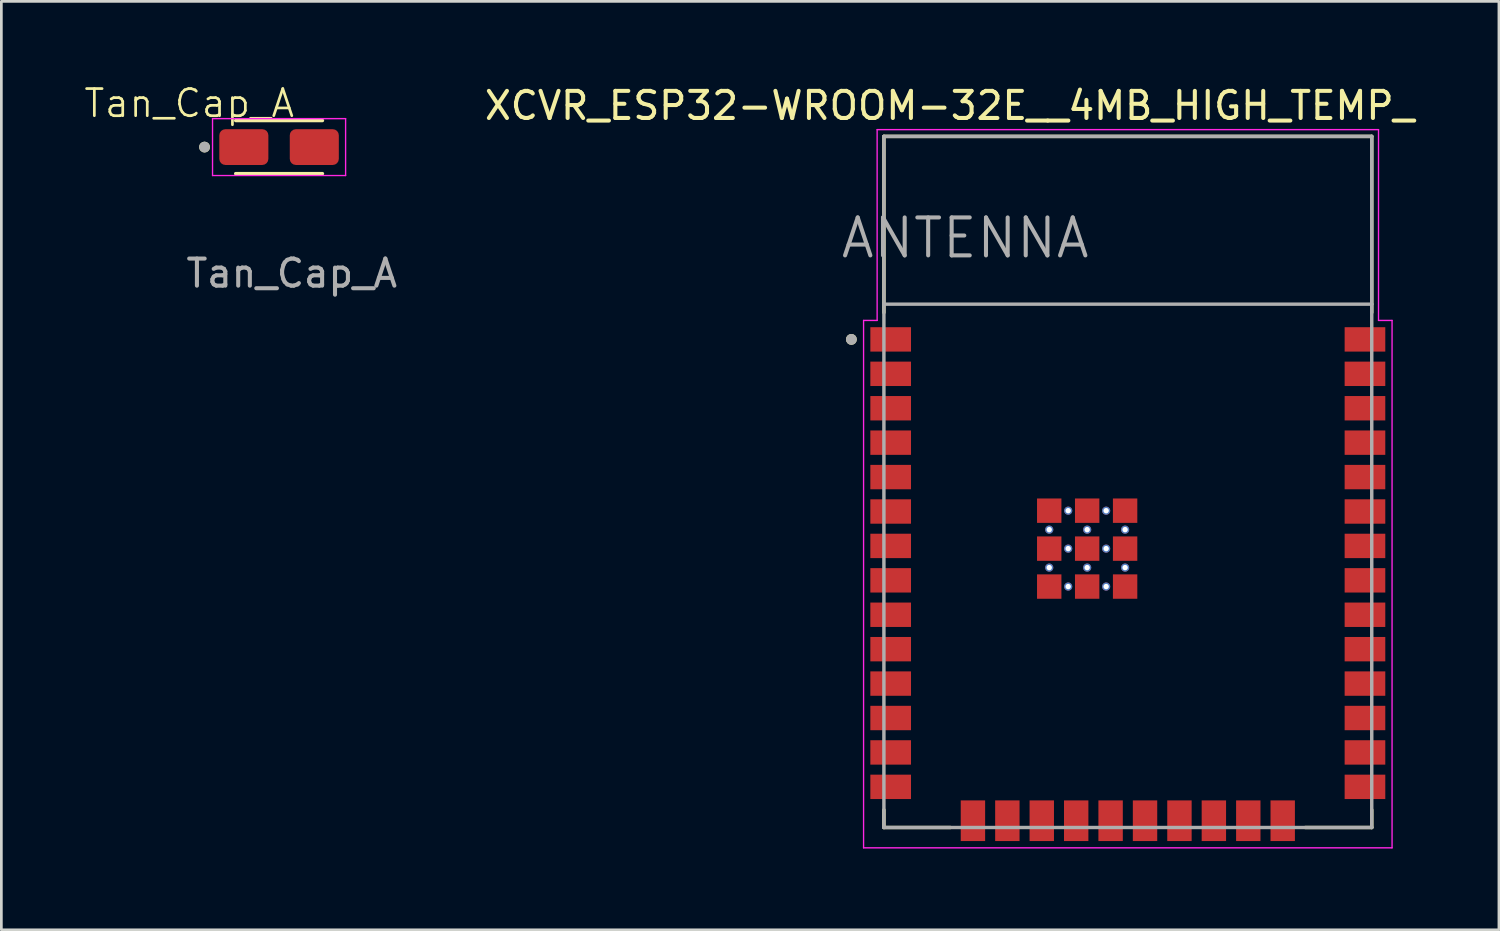
<source format=kicad_pcb>
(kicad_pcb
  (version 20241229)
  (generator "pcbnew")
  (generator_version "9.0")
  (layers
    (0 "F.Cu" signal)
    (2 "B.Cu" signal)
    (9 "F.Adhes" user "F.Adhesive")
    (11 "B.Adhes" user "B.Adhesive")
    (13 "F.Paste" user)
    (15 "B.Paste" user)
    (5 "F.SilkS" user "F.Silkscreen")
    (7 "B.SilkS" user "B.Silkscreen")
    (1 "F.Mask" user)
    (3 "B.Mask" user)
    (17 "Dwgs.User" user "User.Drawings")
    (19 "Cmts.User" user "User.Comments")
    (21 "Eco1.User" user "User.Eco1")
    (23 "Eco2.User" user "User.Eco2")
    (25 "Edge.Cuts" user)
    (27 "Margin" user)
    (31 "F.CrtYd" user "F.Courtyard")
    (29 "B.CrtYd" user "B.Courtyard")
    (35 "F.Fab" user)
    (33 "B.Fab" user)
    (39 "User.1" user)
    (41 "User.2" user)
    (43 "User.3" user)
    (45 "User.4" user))
  (footprint "XCVR_ESP32-WROOM-32E__4MB_HIGH_TEMP_"
    (layer "F.Cu")
    (at 38.564 14.733)
    (property "Reference" "XCVR_ESP32-WROOM-32E__4MB_HIGH_TEMP_" (at -6.575 -13.885 0) (layer "F.SilkS") (effects (font (size 1 1) (thickness 0.15))))
    (attr smd)
    (fp_line (start -9 -12.75) (end 9 -12.75) (stroke (width 0.127) (type solid)) (layer "F.SilkS"))
    (fp_line (start -9 -6.25) (end -9 -12.75) (stroke (width 0.127) (type solid)) (layer "F.SilkS"))
    (fp_line (start -9 12.1) (end -9 12.75) (stroke (width 0.127) (type solid)) (layer "F.SilkS"))
    (fp_line (start -9 12.75) (end -6.55 12.75) (stroke (width 0.127) (type solid)) (layer "F.SilkS"))
    (fp_line (start 6.55 12.75) (end 9 12.75) (stroke (width 0.127) (type solid)) (layer "F.SilkS"))
    (fp_line (start 9 -12.75) (end 9 -6.25) (stroke (width 0.127) (type solid)) (layer "F.SilkS"))
    (fp_line (start 9 12.75) (end 9 12.1) (stroke (width 0.127) (type solid)) (layer "F.SilkS"))
    (fp_circle (center -10.2 -5.26) (end -10.1 -5.26) (stroke (width 0.2) (type solid)) (fill no) (layer "F.SilkS"))
    (fp_line (start -9.75 -5.96) (end -9.25 -5.96) (stroke (width 0.05) (type solid)) (layer "F.CrtYd"))
    (fp_line (start -9.75 13.5) (end -9.75 -5.96) (stroke (width 0.05) (type solid)) (layer "F.CrtYd"))
    (fp_line (start -9.25 -13) (end 9.25 -13) (stroke (width 0.05) (type solid)) (layer "F.CrtYd"))
    (fp_line (start -9.25 -5.96) (end -9.25 -13) (stroke (width 0.05) (type solid)) (layer "F.CrtYd"))
    (fp_line (start 9.25 -13) (end 9.25 -5.96) (stroke (width 0.05) (type solid)) (layer "F.CrtYd"))
    (fp_line (start 9.25 -5.96) (end 9.75 -5.96) (stroke (width 0.05) (type solid)) (layer "F.CrtYd"))
    (fp_line (start 9.75 -5.96) (end 9.75 13.5) (stroke (width 0.05) (type solid)) (layer "F.CrtYd"))
    (fp_line (start 9.75 13.5) (end -9.75 13.5) (stroke (width 0.05) (type solid)) (layer "F.CrtYd"))
    (fp_line (start -9 -12.75) (end -9 -6.56) (stroke (width 0.127) (type solid)) (layer "F.Fab"))
    (fp_line (start -9 -12.75) (end 9 -12.75) (stroke (width 0.127) (type solid)) (layer "F.Fab"))
    (fp_line (start -9 -6.56) (end 9 -6.56) (stroke (width 0.127) (type solid)) (layer "F.Fab"))
    (fp_line (start -9 12.75) (end -9 -6.56) (stroke (width 0.127) (type solid)) (layer "F.Fab"))
    (fp_line (start 9 -12.75) (end 9 -6.56) (stroke (width 0.127) (type solid)) (layer "F.Fab"))
    (fp_line (start 9 -6.56) (end 9 12.75) (stroke (width 0.127) (type solid)) (layer "F.Fab"))
    (fp_line (start 9 12.75) (end -9 12.75) (stroke (width 0.127) (type solid)) (layer "F.Fab"))
    (fp_circle (center -10.2 -5.26) (end -10.1 -5.26) (stroke (width 0.2) (type solid)) (fill no) (layer "F.Fab"))
    (fp_text user "ANTENNA" (at -6 -9 0) (layer "F.Fab") (effects (font (size 1.4 1.4) (thickness 0.15))))
    (pad "1" smd rect (at -8.75 -5.26) (size 1.5 0.9) (layers "F.Cu" "F.Mask" "F.Paste"))
    (pad "2" smd rect (at -8.75 -3.99) (size 1.5 0.9) (layers "F.Cu" "F.Mask" "F.Paste"))
    (pad "3" smd rect (at -8.75 -2.72) (size 1.5 0.9) (layers "F.Cu" "F.Mask" "F.Paste"))
    (pad "4" smd rect (at -8.75 -1.45) (size 1.5 0.9) (layers "F.Cu" "F.Mask" "F.Paste"))
    (pad "5" smd rect (at -8.75 -0.18) (size 1.5 0.9) (layers "F.Cu" "F.Mask" "F.Paste"))
    (pad "6" smd rect (at -8.75 1.09) (size 1.5 0.9) (layers "F.Cu" "F.Mask" "F.Paste"))
    (pad "7" smd rect (at -8.75 2.36) (size 1.5 0.9) (layers "F.Cu" "F.Mask" "F.Paste"))
    (pad "8" smd rect (at -8.75 3.63) (size 1.5 0.9) (layers "F.Cu" "F.Mask" "F.Paste"))
    (pad "9" smd rect (at -8.75 4.9) (size 1.5 0.9) (layers "F.Cu" "F.Mask" "F.Paste"))
    (pad "10" smd rect (at -8.75 6.17) (size 1.5 0.9) (layers "F.Cu" "F.Mask" "F.Paste"))
    (pad "11" smd rect (at -8.75 7.44) (size 1.5 0.9) (layers "F.Cu" "F.Mask" "F.Paste"))
    (pad "12" smd rect (at -8.75 8.71) (size 1.5 0.9) (layers "F.Cu" "F.Mask" "F.Paste"))
    (pad "13" smd rect (at -8.75 9.98) (size 1.5 0.9) (layers "F.Cu" "F.Mask" "F.Paste"))
    (pad "14" smd rect (at -8.75 11.25) (size 1.5 0.9) (layers "F.Cu" "F.Mask" "F.Paste"))
    (pad "15" smd rect (at -5.715 12.5) (size 0.9 1.5) (layers "F.Cu" "F.Mask" "F.Paste"))
    (pad "16" smd rect (at -4.445 12.5) (size 0.9 1.5) (layers "F.Cu" "F.Mask" "F.Paste"))
    (pad "17" smd rect (at -3.175 12.5) (size 0.9 1.5) (layers "F.Cu" "F.Mask" "F.Paste"))
    (pad "18" smd rect (at -1.905 12.5) (size 0.9 1.5) (layers "F.Cu" "F.Mask" "F.Paste"))
    (pad "19" smd rect (at -0.635 12.5) (size 0.9 1.5) (layers "F.Cu" "F.Mask" "F.Paste"))
    (pad "20" smd rect (at 0.635 12.5) (size 0.9 1.5) (layers "F.Cu" "F.Mask" "F.Paste"))
    (pad "21" smd rect (at 1.905 12.5) (size 0.9 1.5) (layers "F.Cu" "F.Mask" "F.Paste"))
    (pad "22" smd rect (at 3.175 12.5) (size 0.9 1.5) (layers "F.Cu" "F.Mask" "F.Paste"))
    (pad "23" smd rect (at 4.445 12.5) (size 0.9 1.5) (layers "F.Cu" "F.Mask" "F.Paste"))
    (pad "24" smd rect (at 5.715 12.5) (size 0.9 1.5) (layers "F.Cu" "F.Mask" "F.Paste"))
    (pad "25" smd rect (at 8.75 11.25) (size 1.5 0.9) (layers "F.Cu" "F.Mask" "F.Paste"))
    (pad "26" smd rect (at 8.75 9.98) (size 1.5 0.9) (layers "F.Cu" "F.Mask" "F.Paste"))
    (pad "27" smd rect (at 8.75 8.71) (size 1.5 0.9) (layers "F.Cu" "F.Mask" "F.Paste"))
    (pad "28" smd rect (at 8.75 7.44) (size 1.5 0.9) (layers "F.Cu" "F.Mask" "F.Paste"))
    (pad "29" smd rect (at 8.75 6.17) (size 1.5 0.9) (layers "F.Cu" "F.Mask" "F.Paste"))
    (pad "30" smd rect (at 8.75 4.9) (size 1.5 0.9) (layers "F.Cu" "F.Mask" "F.Paste"))
    (pad "31" smd rect (at 8.75 3.63) (size 1.5 0.9) (layers "F.Cu" "F.Mask" "F.Paste"))
    (pad "32" smd rect (at 8.75 2.36) (size 1.5 0.9) (layers "F.Cu" "F.Mask" "F.Paste"))
    (pad "33" smd rect (at 8.75 1.09) (size 1.5 0.9) (layers "F.Cu" "F.Mask" "F.Paste"))
    (pad "34" smd rect (at 8.75 -0.18) (size 1.5 0.9) (layers "F.Cu" "F.Mask" "F.Paste"))
    (pad "35" smd rect (at 8.75 -1.45) (size 1.5 0.9) (layers "F.Cu" "F.Mask" "F.Paste"))
    (pad "36" smd rect (at 8.75 -2.72) (size 1.5 0.9) (layers "F.Cu" "F.Mask" "F.Paste"))
    (pad "37" smd rect (at 8.75 -3.99) (size 1.5 0.9) (layers "F.Cu" "F.Mask" "F.Paste"))
    (pad "38" smd rect (at 8.75 -5.26) (size 1.5 0.9) (layers "F.Cu" "F.Mask" "F.Paste"))
    (pad "39_1" smd rect (at -2.9 1.06) (size 0.9 0.9) (layers "F.Cu" "F.Mask" "F.Paste"))
    (pad "39_2" smd rect (at -1.5 1.06) (size 0.9 0.9) (layers "F.Cu" "F.Mask" "F.Paste"))
    (pad "39_3" smd rect (at -0.1 1.06) (size 0.9 0.9) (layers "F.Cu" "F.Mask" "F.Paste"))
    (pad "39_4" smd rect (at -2.9 2.46) (size 0.9 0.9) (layers "F.Cu" "F.Mask" "F.Paste"))
    (pad "39_5" smd rect (at -1.5 2.46) (size 0.9 0.9) (layers "F.Cu" "F.Mask" "F.Paste"))
    (pad "39_6" smd rect (at -0.1 2.46) (size 0.9 0.9) (layers "F.Cu" "F.Mask" "F.Paste"))
    (pad "39_7" smd rect (at -2.9 3.86) (size 0.9 0.9) (layers "F.Cu" "F.Mask" "F.Paste"))
    (pad "39_8" smd rect (at -1.5 3.86) (size 0.9 0.9) (layers "F.Cu" "F.Mask" "F.Paste"))
    (pad "39_9" smd rect (at -0.1 3.86) (size 0.9 0.9) (layers "F.Cu" "F.Mask" "F.Paste"))
    (pad "39_10" thru_hole circle (at -2.2 1.06) (size 0.3 0.3) (drill 0.2) (layers "*.Cu"))
    (pad "39_11" thru_hole circle (at -0.8 1.06) (size 0.3 0.3) (drill 0.2) (layers "*.Cu"))
    (pad "39_12" thru_hole circle (at -2.9 1.76) (size 0.3 0.3) (drill 0.2) (layers "*.Cu"))
    (pad "39_13" thru_hole circle (at -1.5 1.76) (size 0.3 0.3) (drill 0.2) (layers "*.Cu"))
    (pad "39_14" thru_hole circle (at -0.1 1.76) (size 0.3 0.3) (drill 0.2) (layers "*.Cu"))
    (pad "39_15" thru_hole circle (at -2.2 2.46) (size 0.3 0.3) (drill 0.2) (layers "*.Cu"))
    (pad "39_16" thru_hole circle (at -0.8 2.46) (size 0.3 0.3) (drill 0.2) (layers "*.Cu"))
    (pad "39_17" thru_hole circle (at -2.9 3.16) (size 0.3 0.3) (drill 0.2) (layers "*.Cu"))
    (pad "39_18" thru_hole circle (at -1.5 3.16) (size 0.3 0.3) (drill 0.2) (layers "*.Cu"))
    (pad "39_19" thru_hole circle (at -0.1 3.16) (size 0.3 0.3) (drill 0.2) (layers "*.Cu"))
    (pad "39_20" thru_hole circle (at -2.2 3.86) (size 0.3 0.3) (drill 0.2) (layers "*.Cu"))
    (pad "39_21" thru_hole circle (at -0.8 3.86) (size 0.3 0.3) (drill 0.2) (layers "*.Cu"))
    (zone (net_name "") (layer "F.Cu") (hatch full 0.508) (connect_pads) (min_thickness 0.01) (filled_areas_thickness no) (keepout (tracks not_allowed) (vias not_allowed) (pads not_allowed) (copperpour not_allowed) (footprints allowed)) (placement (enabled no)) (fill) (polygon (pts (xy 29.564 1.983) (xy 47.564 1.983) (xy 47.564 8.173) (xy 29.564 8.173))))
    (zone (net_name "") (layers "F.Cu" "B.Cu") (hatch full 0.508) (connect_pads) (min_thickness 0.01) (filled_areas_thickness no) (keepout (tracks allowed) (vias not_allowed) (pads allowed) (copperpour allowed) (footprints allowed)) (placement (enabled no)) (fill) (polygon (pts (xy 29.564 1.983) (xy 47.564 1.983) (xy 47.564 8.173) (xy 29.564 8.173)))))
  (footprint "Tan_Cap_A"
    (layer "F.Cu")
    (at 4.947 3.377)
    (property "Reference" "Tan_Cap_A" (at -1.016 -2.616 0) (unlocked yes) (layer "F.SilkS") (effects (font (size 1 1) (thickness 0.1))))
    (attr smd)
    (fp_line (start 0.7 -1.98) (end 3.9 -1.98) (stroke (width 0.127) (type solid)) (layer "F.SilkS"))
    (fp_line (start 0.7 -0.02) (end 3.9 -0.02) (stroke (width 0.127) (type solid)) (layer "F.SilkS"))
    (fp_circle (center -0.45 -1) (end -0.35 -1) (stroke (width 0.2) (type solid)) (fill no) (layer "F.SilkS"))
    (fp_line (start -0.155 -2.05) (end 4.755 -2.05) (stroke (width 0.05) (type solid)) (layer "F.CrtYd"))
    (fp_line (start -0.155 0.05) (end -0.155 -2.05) (stroke (width 0.05) (type solid)) (layer "F.CrtYd"))
    (fp_line (start 4.755 -2.05) (end 4.755 0.05) (stroke (width 0.05) (type solid)) (layer "F.CrtYd"))
    (fp_line (start 4.755 0.05) (end -0.155 0.05) (stroke (width 0.05) (type solid)) (layer "F.CrtYd"))
    (fp_circle (center -0.45 -1) (end -0.35 -1) (stroke (width 0.2) (type solid)) (fill no) (layer "F.Fab"))
    (fp_text user "${REFERENCE}" (at 2.769 3.658 0) (unlocked yes) (layer "F.Fab") (effects (font (size 1 1) (thickness 0.15))))
    (pad "1" smd roundrect (at 1 -1) (size 1.81 1.32) (layers "F.Cu" "F.Mask" "F.Paste") (roundrect_rratio 0.17))
    (pad "2" smd roundrect (at 3.6 -1) (size 1.81 1.32) (layers "F.Cu" "F.Mask" "F.Paste") (roundrect_rratio 0.17)))
  (gr_rect
    (start -3 -3)
    (end 52.257 31.258)
    (stroke (width 0.1) (type default))
    (fill no)
    (layer "Edge.Cuts")))
</source>
